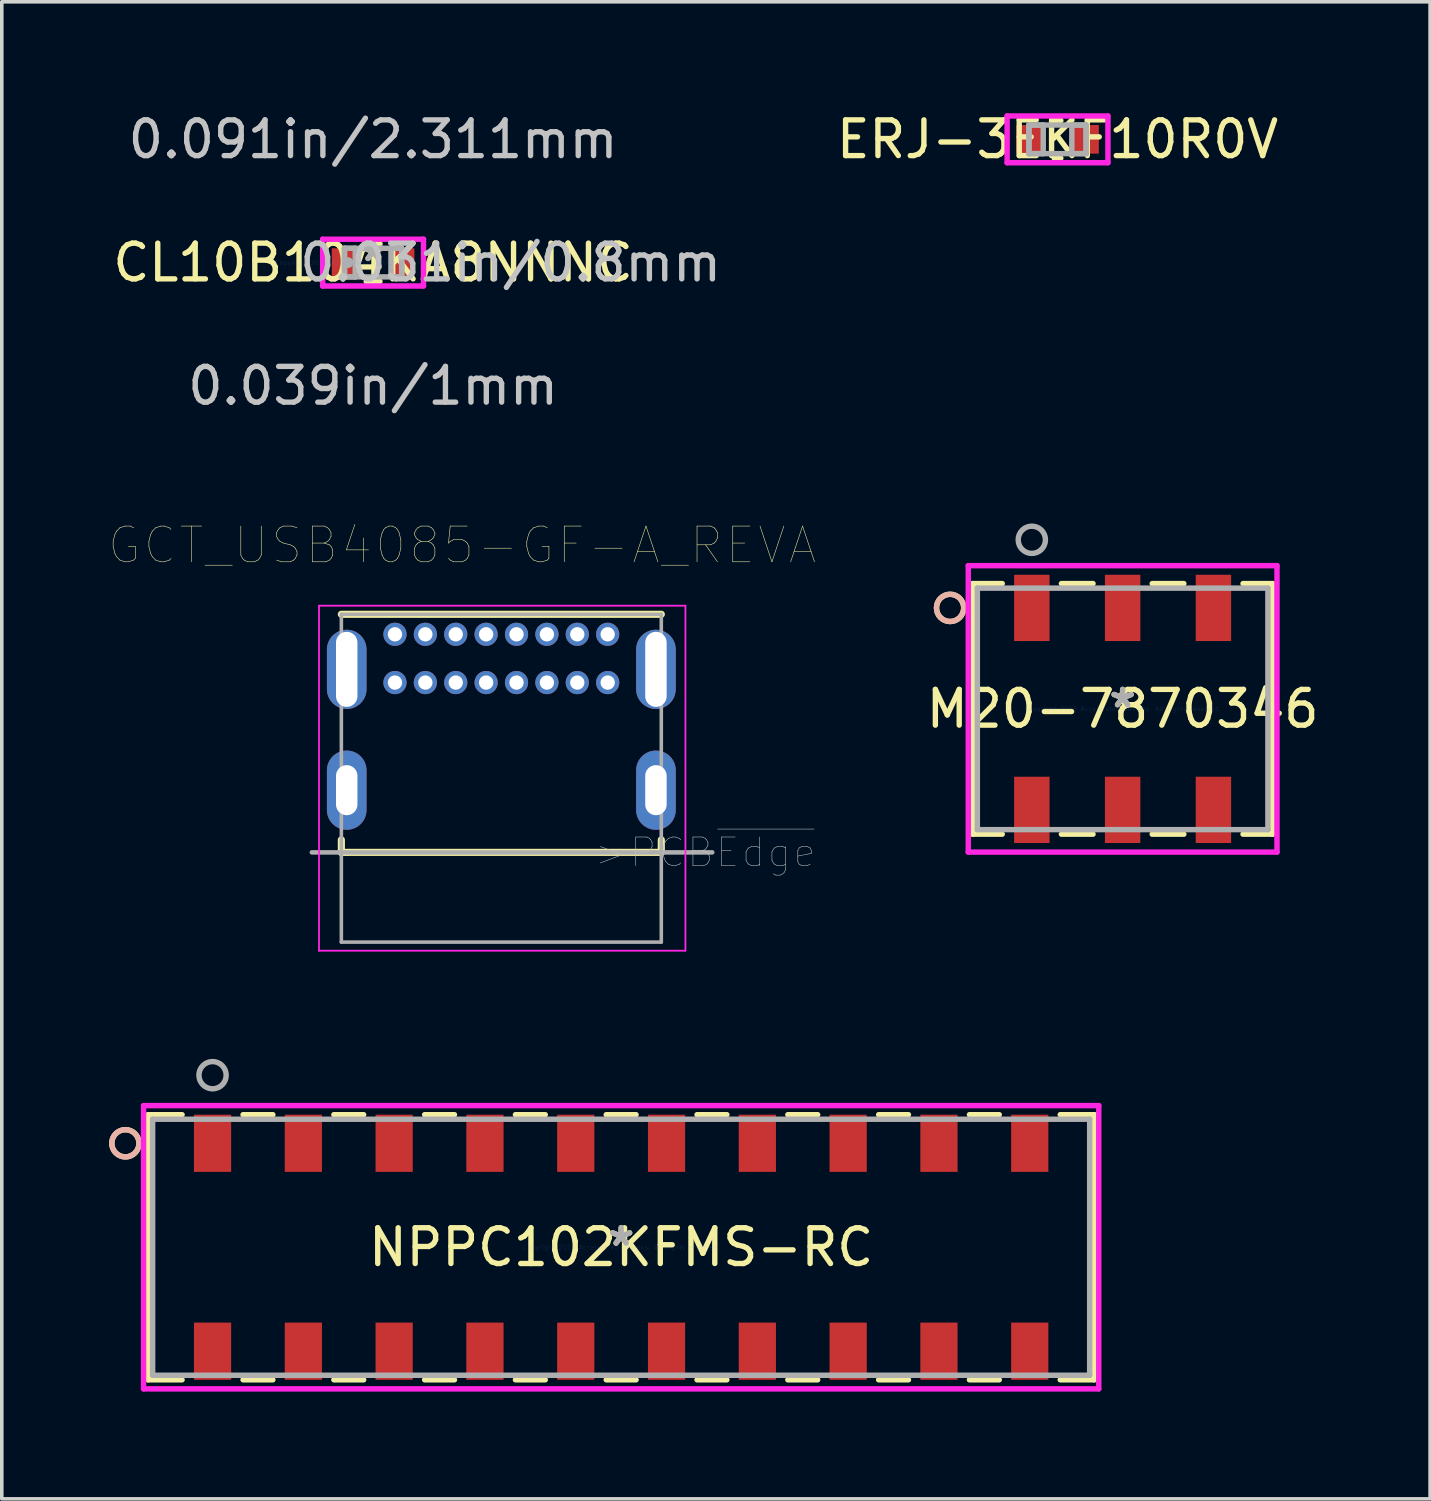
<source format=kicad_pcb>
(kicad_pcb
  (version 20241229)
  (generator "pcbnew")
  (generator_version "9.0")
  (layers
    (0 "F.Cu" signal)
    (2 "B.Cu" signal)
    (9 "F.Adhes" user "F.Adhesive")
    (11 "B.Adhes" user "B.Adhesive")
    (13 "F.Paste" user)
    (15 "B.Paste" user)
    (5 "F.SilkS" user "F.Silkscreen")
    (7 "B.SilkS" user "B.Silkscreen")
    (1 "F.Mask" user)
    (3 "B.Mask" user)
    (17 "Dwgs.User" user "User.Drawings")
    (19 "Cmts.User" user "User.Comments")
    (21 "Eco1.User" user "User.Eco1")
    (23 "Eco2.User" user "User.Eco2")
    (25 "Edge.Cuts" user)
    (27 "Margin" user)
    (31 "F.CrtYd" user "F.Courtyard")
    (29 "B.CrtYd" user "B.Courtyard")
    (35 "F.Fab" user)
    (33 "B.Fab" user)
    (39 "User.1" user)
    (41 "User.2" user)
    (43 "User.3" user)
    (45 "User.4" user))
  (footprint "ERJ-3EKF10R0V"
    (layer "F.Cu")
    (at 26.533 0.848)
    (property "Reference" "ERJ-3EKF10R0V" (at 0 0 0) (layer "F.SilkS") (effects (font (size 1 1) (thickness 0.15))))
    (attr through_hole)
    (fp_line (start -0.092 0.527) (end 0.092 0.527) (stroke (width 0.152) (type solid)) (layer "F.SilkS"))
    (fp_line (start 0.092 -0.527) (end -0.092 -0.527) (stroke (width 0.152) (type solid)) (layer "F.SilkS"))
    (fp_line (start -1.41 -0.654) (end 1.41 -0.654) (stroke (width 0.152) (type solid)) (layer "F.CrtYd"))
    (fp_line (start -1.41 0.654) (end -1.41 -0.654) (stroke (width 0.152) (type solid)) (layer "F.CrtYd"))
    (fp_line (start 1.41 -0.654) (end 1.41 0.654) (stroke (width 0.152) (type solid)) (layer "F.CrtYd"))
    (fp_line (start 1.41 0.654) (end -1.41 0.654) (stroke (width 0.152) (type solid)) (layer "F.CrtYd"))
    (fp_line (start -0.8 -0.4) (end -0.8 0.4) (stroke (width 0.152) (type solid)) (layer "F.Fab"))
    (fp_line (start -0.8 -0.4) (end -0.8 0.4) (stroke (width 0.152) (type solid)) (layer "F.Fab"))
    (fp_line (start -0.8 0.4) (end -0.4 0.4) (stroke (width 0.152) (type solid)) (layer "F.Fab"))
    (fp_line (start -0.8 0.4) (end 0.8 0.4) (stroke (width 0.152) (type solid)) (layer "F.Fab"))
    (fp_line (start -0.4 -0.4) (end -0.8 -0.4) (stroke (width 0.152) (type solid)) (layer "F.Fab"))
    (fp_line (start -0.4 0.4) (end -0.4 -0.4) (stroke (width 0.152) (type solid)) (layer "F.Fab"))
    (fp_line (start 0.4 -0.4) (end 0.4 0.4) (stroke (width 0.152) (type solid)) (layer "F.Fab"))
    (fp_line (start 0.4 0.4) (end 0.8 0.4) (stroke (width 0.152) (type solid)) (layer "F.Fab"))
    (fp_line (start 0.8 -0.4) (end -0.8 -0.4) (stroke (width 0.152) (type solid)) (layer "F.Fab"))
    (fp_line (start 0.8 -0.4) (end 0.4 -0.4) (stroke (width 0.152) (type solid)) (layer "F.Fab"))
    (fp_line (start 0.8 0.4) (end 0.8 -0.4) (stroke (width 0.152) (type solid)) (layer "F.Fab"))
    (fp_line (start 0.8 0.4) (end 0.8 -0.4) (stroke (width 0.152) (type solid)) (layer "F.Fab"))
    (pad "1" smd rect (at -0.778 0) (size 0.756 0.8) (layers "F.Cu" "F.Mask" "F.Paste"))
    (pad "2" smd rect (at 0.778 0) (size 0.756 0.8) (layers "F.Cu" "F.Mask" "F.Paste")))
  (footprint "NPPC102KFMS-RC"
    (layer "F.Cu")
    (at 14.326 31.84)
    (property "Reference" "NPPC102KFMS-RC" (at 0 0 0) (layer "F.SilkS") (effects (font (size 1 1) (thickness 0.15))))
    (attr through_hole)
    (fp_line (start -13.233 -3.708) (end -13.233 3.708) (stroke (width 0.152) (type solid)) (layer "F.SilkS"))
    (fp_line (start -13.233 3.708) (end -12.283 3.708) (stroke (width 0.152) (type solid)) (layer "F.SilkS"))
    (fp_line (start -12.283 -3.708) (end -13.233 -3.708) (stroke (width 0.152) (type solid)) (layer "F.SilkS"))
    (fp_line (start -10.577 3.708) (end -9.743 3.708) (stroke (width 0.152) (type solid)) (layer "F.SilkS"))
    (fp_line (start -9.743 -3.708) (end -10.577 -3.708) (stroke (width 0.152) (type solid)) (layer "F.SilkS"))
    (fp_line (start -8.037 3.708) (end -7.203 3.708) (stroke (width 0.152) (type solid)) (layer "F.SilkS"))
    (fp_line (start -7.203 -3.708) (end -8.037 -3.708) (stroke (width 0.152) (type solid)) (layer "F.SilkS"))
    (fp_line (start -5.497 3.708) (end -4.663 3.708) (stroke (width 0.152) (type solid)) (layer "F.SilkS"))
    (fp_line (start -4.663 -3.708) (end -5.497 -3.708) (stroke (width 0.152) (type solid)) (layer "F.SilkS"))
    (fp_line (start -2.957 3.708) (end -2.123 3.708) (stroke (width 0.152) (type solid)) (layer "F.SilkS"))
    (fp_line (start -2.123 -3.708) (end -2.957 -3.708) (stroke (width 0.152) (type solid)) (layer "F.SilkS"))
    (fp_line (start -0.417 3.708) (end 0.417 3.708) (stroke (width 0.152) (type solid)) (layer "F.SilkS"))
    (fp_line (start 0.417 -3.708) (end -0.417 -3.708) (stroke (width 0.152) (type solid)) (layer "F.SilkS"))
    (fp_line (start 2.123 3.708) (end 2.957 3.708) (stroke (width 0.152) (type solid)) (layer "F.SilkS"))
    (fp_line (start 2.957 -3.708) (end 2.123 -3.708) (stroke (width 0.152) (type solid)) (layer "F.SilkS"))
    (fp_line (start 4.663 3.708) (end 5.497 3.708) (stroke (width 0.152) (type solid)) (layer "F.SilkS"))
    (fp_line (start 5.497 -3.708) (end 4.663 -3.708) (stroke (width 0.152) (type solid)) (layer "F.SilkS"))
    (fp_line (start 7.203 3.708) (end 8.037 3.708) (stroke (width 0.152) (type solid)) (layer "F.SilkS"))
    (fp_line (start 8.037 -3.708) (end 7.203 -3.708) (stroke (width 0.152) (type solid)) (layer "F.SilkS"))
    (fp_line (start 9.743 3.708) (end 10.577 3.708) (stroke (width 0.152) (type solid)) (layer "F.SilkS"))
    (fp_line (start 10.577 -3.708) (end 9.743 -3.708) (stroke (width 0.152) (type solid)) (layer "F.SilkS"))
    (fp_line (start 12.283 3.708) (end 13.233 3.708) (stroke (width 0.152) (type solid)) (layer "F.SilkS"))
    (fp_line (start 13.233 -3.708) (end 12.283 -3.708) (stroke (width 0.152) (type solid)) (layer "F.SilkS"))
    (fp_line (start 13.233 3.708) (end 13.233 -3.708) (stroke (width 0.152) (type solid)) (layer "F.SilkS"))
    (fp_circle (center -13.868 -2.908) (end -13.487 -2.908) (stroke (width 0.152) (type solid)) (fill no) (layer "F.SilkS"))
    (fp_circle (center -13.868 -2.908) (end -13.487 -2.908) (stroke (width 0.152) (type solid)) (fill no) (layer "B.SilkS"))
    (fp_line (start -13.36 -3.962) (end -13.36 3.962) (stroke (width 0.152) (type solid)) (layer "F.CrtYd"))
    (fp_line (start -13.36 3.962) (end 13.36 3.962) (stroke (width 0.152) (type solid)) (layer "F.CrtYd"))
    (fp_line (start 13.36 -3.962) (end -13.36 -3.962) (stroke (width 0.152) (type solid)) (layer "F.CrtYd"))
    (fp_line (start 13.36 3.962) (end 13.36 -3.962) (stroke (width 0.152) (type solid)) (layer "F.CrtYd"))
    (fp_line (start -13.106 -3.581) (end -13.106 3.581) (stroke (width 0.152) (type solid)) (layer "F.Fab"))
    (fp_line (start -13.106 3.581) (end 13.106 3.581) (stroke (width 0.152) (type solid)) (layer "F.Fab"))
    (fp_line (start 13.106 -3.581) (end -13.106 -3.581) (stroke (width 0.152) (type solid)) (layer "F.Fab"))
    (fp_line (start 13.106 3.581) (end 13.106 -3.581) (stroke (width 0.152) (type solid)) (layer "F.Fab"))
    (fp_circle (center -11.43 -4.813) (end -11.049 -4.813) (stroke (width 0.152) (type solid)) (fill no) (layer "F.Fab"))
    (fp_text user "*" (at 0 0 0) (layer "F.SilkS") (effects (font (size 1 1) (thickness 0.15))))
    (fp_text user "Copyright 2016 Accelerated Designs. All rights reserved." (at 0 0 0) (layer "Cmts.User") (effects (font (size 0.127 0.127) (thickness 0.002))))
    (fp_text user "*" (at 0 0 0) (layer "F.Fab") (effects (font (size 1 1) (thickness 0.15))))
    (pad "1" smd rect (at -11.43 -2.908) (size 1.041 1.6) (layers "F.Cu" "F.Mask" "F.Paste"))
    (pad "2" smd rect (at -11.43 2.908) (size 1.041 1.6) (layers "F.Cu" "F.Mask" "F.Paste"))
    (pad "3" smd rect (at -8.89 -2.908) (size 1.041 1.6) (layers "F.Cu" "F.Mask" "F.Paste"))
    (pad "4" smd rect (at -8.89 2.908) (size 1.041 1.6) (layers "F.Cu" "F.Mask" "F.Paste"))
    (pad "5" smd rect (at -6.35 -2.908) (size 1.041 1.6) (layers "F.Cu" "F.Mask" "F.Paste"))
    (pad "6" smd rect (at -6.35 2.908) (size 1.041 1.6) (layers "F.Cu" "F.Mask" "F.Paste"))
    (pad "7" smd rect (at -3.81 -2.908) (size 1.041 1.6) (layers "F.Cu" "F.Mask" "F.Paste"))
    (pad "8" smd rect (at -3.81 2.908) (size 1.041 1.6) (layers "F.Cu" "F.Mask" "F.Paste"))
    (pad "9" smd rect (at -1.27 -2.908) (size 1.041 1.6) (layers "F.Cu" "F.Mask" "F.Paste"))
    (pad "10" smd rect (at -1.27 2.908) (size 1.041 1.6) (layers "F.Cu" "F.Mask" "F.Paste"))
    (pad "11" smd rect (at 1.27 -2.908) (size 1.041 1.6) (layers "F.Cu" "F.Mask" "F.Paste"))
    (pad "12" smd rect (at 1.27 2.908) (size 1.041 1.6) (layers "F.Cu" "F.Mask" "F.Paste"))
    (pad "13" smd rect (at 3.81 -2.908) (size 1.041 1.6) (layers "F.Cu" "F.Mask" "F.Paste"))
    (pad "14" smd rect (at 3.81 2.908) (size 1.041 1.6) (layers "F.Cu" "F.Mask" "F.Paste"))
    (pad "15" smd rect (at 6.35 -2.908) (size 1.041 1.6) (layers "F.Cu" "F.Mask" "F.Paste"))
    (pad "16" smd rect (at 6.35 2.908) (size 1.041 1.6) (layers "F.Cu" "F.Mask" "F.Paste"))
    (pad "17" smd rect (at 8.89 -2.908) (size 1.041 1.6) (layers "F.Cu" "F.Mask" "F.Paste"))
    (pad "18" smd rect (at 8.89 2.908) (size 1.041 1.6) (layers "F.Cu" "F.Mask" "F.Paste"))
    (pad "19" smd rect (at 11.43 -2.908) (size 1.041 1.6) (layers "F.Cu" "F.Mask" "F.Paste"))
    (pad "20" smd rect (at 11.43 2.908) (size 1.041 1.6) (layers "F.Cu" "F.Mask" "F.Paste")))
  (footprint "M20-7870346"
    (layer "F.Cu")
    (at 28.354 16.78)
    (property "Reference" "M20-7870346" (at 0 0 0) (layer "F.SilkS") (effects (font (size 1 1) (thickness 0.15))))
    (attr through_hole)
    (fp_line (start -4.191 -3.505) (end -4.191 3.505) (stroke (width 0.152) (type solid)) (layer "F.SilkS"))
    (fp_line (start -4.191 3.505) (end -3.368 3.505) (stroke (width 0.152) (type solid)) (layer "F.SilkS"))
    (fp_line (start -3.368 -3.505) (end -4.191 -3.505) (stroke (width 0.152) (type solid)) (layer "F.SilkS"))
    (fp_line (start -1.712 3.505) (end -0.828 3.505) (stroke (width 0.152) (type solid)) (layer "F.SilkS"))
    (fp_line (start -0.828 -3.505) (end -1.712 -3.505) (stroke (width 0.152) (type solid)) (layer "F.SilkS"))
    (fp_line (start 0.828 3.505) (end 1.712 3.505) (stroke (width 0.152) (type solid)) (layer "F.SilkS"))
    (fp_line (start 1.712 -3.505) (end 0.828 -3.505) (stroke (width 0.152) (type solid)) (layer "F.SilkS"))
    (fp_line (start 3.368 3.505) (end 4.191 3.505) (stroke (width 0.152) (type solid)) (layer "F.SilkS"))
    (fp_line (start 4.191 -3.505) (end 3.368 -3.505) (stroke (width 0.152) (type solid)) (layer "F.SilkS"))
    (fp_line (start 4.191 3.505) (end 4.191 -3.505) (stroke (width 0.152) (type solid)) (layer "F.SilkS"))
    (fp_circle (center -4.826 -2.825) (end -4.445 -2.825) (stroke (width 0.152) (type solid)) (fill no) (layer "F.SilkS"))
    (fp_circle (center -4.826 -2.825) (end -4.445 -2.825) (stroke (width 0.152) (type solid)) (fill no) (layer "B.SilkS"))
    (fp_line (start -4.318 -4.006) (end -4.318 4.006) (stroke (width 0.152) (type solid)) (layer "F.CrtYd"))
    (fp_line (start -4.318 4.006) (end 4.318 4.006) (stroke (width 0.152) (type solid)) (layer "F.CrtYd"))
    (fp_line (start 4.318 -4.006) (end -4.318 -4.006) (stroke (width 0.152) (type solid)) (layer "F.CrtYd"))
    (fp_line (start 4.318 4.006) (end 4.318 -4.006) (stroke (width 0.152) (type solid)) (layer "F.CrtYd"))
    (fp_line (start -4.064 -3.378) (end -4.064 3.378) (stroke (width 0.152) (type solid)) (layer "F.Fab"))
    (fp_line (start -4.064 3.378) (end 4.064 3.378) (stroke (width 0.152) (type solid)) (layer "F.Fab"))
    (fp_line (start 4.064 -3.378) (end -4.064 -3.378) (stroke (width 0.152) (type solid)) (layer "F.Fab"))
    (fp_line (start 4.064 3.378) (end 4.064 -3.378) (stroke (width 0.152) (type solid)) (layer "F.Fab"))
    (fp_circle (center -2.54 -4.73) (end -2.159 -4.73) (stroke (width 0.152) (type solid)) (fill no) (layer "F.Fab"))
    (fp_text user "*" (at 0 0 0) (layer "F.SilkS") (effects (font (size 1 1) (thickness 0.15))))
    (fp_text user "Copyright 2016 Accelerated Designs. All rights reserved." (at 0 0 0) (layer "Cmts.User") (effects (font (size 0.127 0.127) (thickness 0.002))))
    (fp_text user "*" (at 0 0 0) (layer "F.Fab") (effects (font (size 1 1) (thickness 0.15))))
    (pad "1" smd rect (at -2.54 -2.825) (size 0.991 1.854) (layers "F.Cu" "F.Mask" "F.Paste"))
    (pad "2" smd rect (at -2.54 2.825) (size 0.991 1.854) (layers "F.Cu" "F.Mask" "F.Paste"))
    (pad "3" smd rect (at 0 -2.825) (size 0.991 1.854) (layers "F.Cu" "F.Mask" "F.Paste"))
    (pad "4" smd rect (at 0 2.825) (size 0.991 1.854) (layers "F.Cu" "F.Mask" "F.Paste"))
    (pad "5" smd rect (at 2.54 -2.825) (size 0.991 1.854) (layers "F.Cu" "F.Mask" "F.Paste"))
    (pad "6" smd rect (at 2.54 2.825) (size 0.991 1.854) (layers "F.Cu" "F.Mask" "F.Paste")))
  (footprint "GCT_USB4085-GF-A_REVA"
    (layer "F.Cu")
    (at 10.974 18.719)
    (property "Reference" "GCT_USB4085-GF-A_REVA" (at -1.097 -6.515 0) (layer "F.SilkS") (effects (font (size 1 1) (thickness 0.015))))
    (attr through_hole)
    (fp_line (start -4.475 -4.585) (end 4.475 -4.585) (stroke (width 0.2) (type solid)) (layer "F.SilkS"))
    (fp_line (start -4.475 1.725) (end -4.475 2.075) (stroke (width 0.2) (type solid)) (layer "F.SilkS"))
    (fp_line (start -4.475 2.075) (end 4.475 2.075) (stroke (width 0.2) (type solid)) (layer "F.SilkS"))
    (fp_line (start 4.475 2.075) (end 4.475 1.725) (stroke (width 0.2) (type solid)) (layer "F.SilkS"))
    (fp_line (start -5.1 -4.825) (end 5.15 -4.825) (stroke (width 0.05) (type solid)) (layer "F.CrtYd"))
    (fp_line (start -5.1 4.825) (end -5.1 -4.825) (stroke (width 0.05) (type solid)) (layer "F.CrtYd"))
    (fp_line (start 5.15 -4.825) (end 5.15 4.825) (stroke (width 0.05) (type solid)) (layer "F.CrtYd"))
    (fp_line (start 5.15 4.825) (end -5.1 4.825) (stroke (width 0.05) (type solid)) (layer "F.CrtYd"))
    (fp_line (start -5.3 2.075) (end 5.9 2.075) (stroke (width 0.127) (type solid)) (layer "F.Fab"))
    (fp_line (start -4.475 -4.585) (end 4.475 -4.585) (stroke (width 0.1) (type solid)) (layer "F.Fab"))
    (fp_line (start -4.475 4.585) (end -4.475 -4.585) (stroke (width 0.1) (type solid)) (layer "F.Fab"))
    (fp_line (start 4.475 -4.585) (end 4.475 4.585) (stroke (width 0.1) (type solid)) (layer "F.Fab"))
    (fp_line (start 4.475 4.585) (end -4.475 4.585) (stroke (width 0.1) (type solid)) (layer "F.Fab"))
    (fp_text user ">PCB~{Edge}" (at 5.703 2.076 0) (layer "Dwgs.User") (effects (font (size 0.8 0.8) (thickness 0.015))))
    (pad "A1" thru_hole circle (at -2.975 -4.025) (size 0.65 0.65) (drill 0.4) (layers "*.Cu" "*.Mask"))
    (pad "A4" thru_hole circle (at -2.125 -4.025) (size 0.65 0.65) (drill 0.4) (layers "*.Cu" "*.Mask"))
    (pad "A5" thru_hole circle (at -1.275 -4.025) (size 0.65 0.65) (drill 0.4) (layers "*.Cu" "*.Mask"))
    (pad "A6" thru_hole circle (at -0.425 -4.025) (size 0.65 0.65) (drill 0.4) (layers "*.Cu" "*.Mask"))
    (pad "A7" thru_hole circle (at 0.425 -4.025) (size 0.65 0.65) (drill 0.4) (layers "*.Cu" "*.Mask"))
    (pad "A8" thru_hole circle (at 1.275 -4.025) (size 0.65 0.65) (drill 0.4) (layers "*.Cu" "*.Mask"))
    (pad "A9" thru_hole circle (at 2.125 -4.025) (size 0.65 0.65) (drill 0.4) (layers "*.Cu" "*.Mask"))
    (pad "A12" thru_hole circle (at 2.975 -4.025) (size 0.65 0.65) (drill 0.4) (layers "*.Cu" "*.Mask"))
    (pad "B1" thru_hole circle (at 2.975 -2.675) (size 0.65 0.65) (drill 0.4) (layers "*.Cu" "*.Mask"))
    (pad "B4" thru_hole circle (at 2.125 -2.675) (size 0.65 0.65) (drill 0.4) (layers "*.Cu" "*.Mask"))
    (pad "B5" thru_hole circle (at 1.275 -2.675) (size 0.65 0.65) (drill 0.4) (layers "*.Cu" "*.Mask"))
    (pad "B6" thru_hole circle (at 0.425 -2.675) (size 0.65 0.65) (drill 0.4) (layers "*.Cu" "*.Mask"))
    (pad "B7" thru_hole circle (at -0.425 -2.675) (size 0.65 0.65) (drill 0.4) (layers "*.Cu" "*.Mask"))
    (pad "B8" thru_hole circle (at -1.275 -2.675) (size 0.65 0.65) (drill 0.4) (layers "*.Cu" "*.Mask"))
    (pad "B9" thru_hole circle (at -2.125 -2.675) (size 0.65 0.65) (drill 0.4) (layers "*.Cu" "*.Mask"))
    (pad "B12" thru_hole circle (at -2.975 -2.675) (size 0.65 0.65) (drill 0.4) (layers "*.Cu" "*.Mask"))
    (pad "P1" thru_hole oval (at -4.325 -3.045) (size 1.108 2.216) (drill oval 0.6 2.1) (layers "*.Cu" "*.Mask"))
    (pad "P2" thru_hole oval (at 4.325 -3.045) (size 1.108 2.216) (drill oval 0.6 2.1) (layers "*.Cu" "*.Mask"))
    (pad "P3" thru_hole oval (at 4.325 0.335) (size 1.108 2.216) (drill oval 0.6 1.4) (layers "*.Cu" "*.Mask"))
    (pad "P4" thru_hole oval (at -4.325 0.335) (size 1.108 2.216) (drill oval 0.6 1.4) (layers "*.Cu" "*.Mask")))
  (footprint "CL10B104KA8NNNC"
    (layer "F.Cu")
    (at 7.387 4.296)
    (property "Reference" "CL10B104KA8NNNC" (at 0 0 0) (layer "F.SilkS") (effects (font (size 1 1) (thickness 0.15))))
    (attr through_hole)
    (fp_line (start -0.192 0.527) (end 0.192 0.527) (stroke (width 0.152) (type solid)) (layer "F.SilkS"))
    (fp_line (start 0.192 -0.527) (end -0.192 -0.527) (stroke (width 0.152) (type solid)) (layer "F.SilkS"))
    (fp_line (start -1.41 -0.654) (end 1.41 -0.654) (stroke (width 0.152) (type solid)) (layer "F.CrtYd"))
    (fp_line (start -1.41 0.654) (end -1.41 -0.654) (stroke (width 0.152) (type solid)) (layer "F.CrtYd"))
    (fp_line (start 1.41 -0.654) (end 1.41 0.654) (stroke (width 0.152) (type solid)) (layer "F.CrtYd"))
    (fp_line (start 1.41 0.654) (end -1.41 0.654) (stroke (width 0.152) (type solid)) (layer "F.CrtYd"))
    (fp_line (start -0.8 -0.4) (end -0.8 0.4) (stroke (width 0.152) (type solid)) (layer "F.Fab"))
    (fp_line (start -0.8 -0.4) (end -0.8 0.4) (stroke (width 0.152) (type solid)) (layer "F.Fab"))
    (fp_line (start -0.8 0.4) (end -0.5 0.4) (stroke (width 0.152) (type solid)) (layer "F.Fab"))
    (fp_line (start -0.8 0.4) (end 0.8 0.4) (stroke (width 0.152) (type solid)) (layer "F.Fab"))
    (fp_line (start -0.5 -0.4) (end -0.8 -0.4) (stroke (width 0.152) (type solid)) (layer "F.Fab"))
    (fp_line (start -0.5 0.4) (end -0.5 -0.4) (stroke (width 0.152) (type solid)) (layer "F.Fab"))
    (fp_line (start 0.5 -0.4) (end 0.5 0.4) (stroke (width 0.152) (type solid)) (layer "F.Fab"))
    (fp_line (start 0.5 0.4) (end 0.8 0.4) (stroke (width 0.152) (type solid)) (layer "F.Fab"))
    (fp_line (start 0.8 -0.4) (end -0.8 -0.4) (stroke (width 0.152) (type solid)) (layer "F.Fab"))
    (fp_line (start 0.8 -0.4) (end 0.5 -0.4) (stroke (width 0.152) (type solid)) (layer "F.Fab"))
    (fp_line (start 0.8 0.4) (end 0.8 -0.4) (stroke (width 0.152) (type solid)) (layer "F.Fab"))
    (fp_line (start 0.8 0.4) (end 0.8 -0.4) (stroke (width 0.152) (type solid)) (layer "F.Fab"))
    (fp_circle (center -0.701 0) (end -0.701 0) (stroke (width 0.152) (type solid)) (fill no) (layer "F.Fab"))
    (fp_text user "*" (at 0 0 0) (layer "F.SilkS") (effects (font (size 1 1) (thickness 0.15))))
    (fp_text user "0.091in/2.311mm" (at 0 -3.448 0) (layer "Dwgs.User") (effects (font (size 1 1) (thickness 0.15))))
    (fp_text user "0.031in/0.8mm" (at 3.848 0 0) (layer "Dwgs.User") (effects (font (size 1 1) (thickness 0.15))))
    (fp_text user "0.039in/1mm" (at 0 3.448 0) (layer "Dwgs.User") (effects (font (size 1 1) (thickness 0.15))))
    (fp_text user "Copyright 2016 Accelerated Designs. All rights reserved." (at 0 0 0) (layer "Cmts.User") (effects (font (size 0.127 0.127) (thickness 0.002))))
    (fp_text user "*" (at 0 0 0) (layer "F.Fab") (effects (font (size 1 1) (thickness 0.15))))
    (pad "1" smd rect (at -0.828 0) (size 0.656 0.8) (layers "F.Cu" "F.Mask" "F.Paste"))
    (pad "2" smd rect (at 0.828 0) (size 0.656 0.8) (layers "F.Cu" "F.Mask" "F.Paste")))
  (gr_rect
    (start -3 -3)
    (end 36.955 38.878)
    (stroke (width 0.1) (type default))
    (fill no)
    (layer "Edge.Cuts")))
</source>
